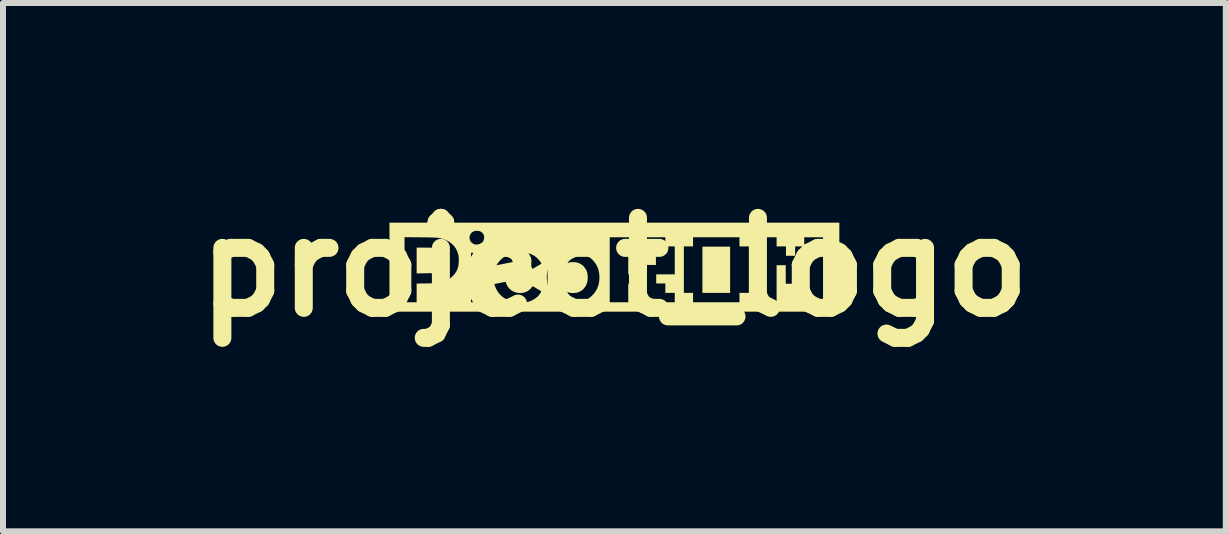
<source format=kicad_pcb>
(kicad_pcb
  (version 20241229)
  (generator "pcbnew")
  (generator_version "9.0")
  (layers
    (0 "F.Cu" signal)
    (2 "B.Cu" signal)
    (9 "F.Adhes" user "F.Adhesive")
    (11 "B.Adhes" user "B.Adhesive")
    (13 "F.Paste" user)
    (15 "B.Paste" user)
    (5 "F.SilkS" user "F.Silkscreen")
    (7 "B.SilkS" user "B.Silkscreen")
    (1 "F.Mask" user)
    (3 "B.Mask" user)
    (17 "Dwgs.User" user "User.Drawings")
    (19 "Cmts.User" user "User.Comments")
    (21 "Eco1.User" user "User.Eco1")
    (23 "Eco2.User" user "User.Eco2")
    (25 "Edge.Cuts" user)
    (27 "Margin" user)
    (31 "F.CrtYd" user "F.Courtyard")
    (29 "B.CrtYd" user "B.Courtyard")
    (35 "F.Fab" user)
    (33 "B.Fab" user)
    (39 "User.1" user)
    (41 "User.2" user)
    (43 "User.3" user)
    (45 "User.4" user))
  (footprint "project_logo"
    (layer "F.Cu")
    (at 7.193 1.404)
    (property "Reference" "project_logo" (at 0 0 0) (layer "F.SilkS") (effects (font (size 1.5 1.5) (thickness 0.3))))
    (attr board_only exclude_from_pos_files exclude_from_bom)
    (fp_poly (pts (xy 1.929 0.043) (xy 1.929 0.429) (xy 1.698 0.429) (xy 1.467 0.429) (xy 1.467 0.043) (xy 1.467 -0.342) (xy 1.698 -0.342) (xy 1.929 -0.342)) (stroke (width 0) (type solid)) (fill yes) (layer "F.SilkS"))
    (fp_poly (pts (xy 0.692 -0.19) (xy 0.692 -0.037) (xy 0.616 -0.037) (xy 0.54 -0.037) (xy 0.54 0.041) (xy 0.54 0.12) (xy 0.385 0.12) (xy 0.231 0.12) (xy 0.231 -0.111) (xy 0.231 -0.342) (xy 0.462 -0.342) (xy 0.692 -0.342)) (stroke (width 0) (type solid)) (fill yes) (layer "F.SilkS"))
    (fp_poly (pts (xy -3.112 -0.325) (xy -3.075 -0.325) (xy -3.044 -0.324) (xy -3.018 -0.323) (xy -2.997 -0.321) (xy -2.978 -0.319) (xy -2.962 -0.316) (xy -2.947 -0.312) (xy -2.933 -0.308) (xy -2.928 -0.306) (xy -2.89 -0.289) (xy -2.858 -0.266) (xy -2.833 -0.239) (xy -2.814 -0.207) (xy -2.802 -0.17) (xy -2.796 -0.128) (xy -2.796 -0.085) (xy -2.804 -0.045) (xy -2.818 -0.009) (xy -2.839 0.022) (xy -2.866 0.049) (xy -2.899 0.07) (xy -2.902 0.072) (xy -2.917 0.079) (xy -2.93 0.084) (xy -2.943 0.089) (xy -2.956 0.092) (xy -2.971 0.095) (xy -2.989 0.097) (xy -3.01 0.099) (xy -3.035 0.1) (xy -3.066 0.101) (xy -3.103 0.101) (xy -3.142 0.102) (xy -3.297 0.104) (xy -3.297 -0.111) (xy -3.297 -0.326) (xy -3.157 -0.326)) (stroke (width 0) (type solid)) (fill yes) (layer "F.SilkS"))
    (fp_poly (pts (xy -0.66 -0.083) (xy -0.633 -0.08) (xy -0.607 -0.073) (xy -0.581 -0.062) (xy -0.573 -0.058) (xy -0.539 -0.038) (xy -0.51 -0.011) (xy -0.485 0.022) (xy -0.465 0.058) (xy -0.452 0.097) (xy -0.451 0.102) (xy -0.447 0.131) (xy -0.445 0.165) (xy -0.446 0.199) (xy -0.45 0.231) (xy -0.453 0.249) (xy -0.468 0.292) (xy -0.489 0.33) (xy -0.516 0.363) (xy -0.548 0.391) (xy -0.585 0.411) (xy -0.614 0.422) (xy -0.633 0.426) (xy -0.658 0.429) (xy -0.684 0.431) (xy -0.71 0.431) (xy -0.732 0.429) (xy -0.737 0.428) (xy -0.778 0.417) (xy -0.816 0.398) (xy -0.849 0.373) (xy -0.878 0.342) (xy -0.902 0.306) (xy -0.919 0.265) (xy -0.926 0.243) (xy -0.93 0.219) (xy -0.932 0.189) (xy -0.931 0.157) (xy -0.928 0.125) (xy -0.924 0.096) (xy -0.918 0.075) (xy -0.899 0.034) (xy -0.875 -0.002) (xy -0.844 -0.032) (xy -0.808 -0.056) (xy -0.768 -0.073) (xy -0.75 -0.078) (xy -0.734 -0.082) (xy -0.716 -0.083) (xy -0.693 -0.084) (xy -0.692 -0.084)) (stroke (width 0) (type solid)) (fill yes) (layer "F.SilkS"))
    (fp_poly (pts (xy 3.75 -0.000001) (xy 3.75 0.742) (xy 0 0.742) (xy -3.75 0.742) (xy -3.75 0.043) (xy -3.499 0.043) (xy -3.499 0.585) (xy -3.398 0.585) (xy -3.297 0.585) (xy -3.297 0.429) (xy -3.297 0.273) (xy -3.125 0.271) (xy -3.082 0.27) (xy -3.047 0.27) (xy -3.017 0.269) (xy -2.994 0.269) (xy -2.975 0.268) (xy -2.959 0.267) (xy -2.946 0.266) (xy -2.935 0.264) (xy -2.924 0.263) (xy -2.914 0.26) (xy -2.912 0.26) (xy -2.853 0.244) (xy -2.8 0.223) (xy -2.753 0.196) (xy -2.724 0.173) (xy -2.39 0.173) (xy -2.39 0.585) (xy -2.294 0.585) (xy -2.197 0.585) (xy -2.197 0.199) (xy -2.013 0.199) (xy -2.007 0.256) (xy -1.997 0.299) (xy -1.977 0.351) (xy -1.951 0.4) (xy -1.918 0.444) (xy -1.88 0.483) (xy -1.836 0.517) (xy -1.788 0.546) (xy -1.735 0.568) (xy -1.679 0.584) (xy -1.624 0.593) (xy -1.601 0.595) (xy -1.584 0.596) (xy -1.57 0.597) (xy -1.555 0.596) (xy -1.538 0.595) (xy -1.52 0.593) (xy -1.466 0.585) (xy -1.415 0.571) (xy -1.367 0.551) (xy -1.324 0.525) (xy -1.286 0.496) (xy -1.261 0.47) (xy -1.248 0.452) (xy -1.236 0.436) (xy -1.227 0.421) (xy -1.222 0.41) (xy -1.221 0.404) (xy -1.224 0.4) (xy -1.234 0.394) (xy -1.249 0.384) (xy -1.268 0.373) (xy -1.289 0.36) (xy -1.292 0.358) (xy -1.362 0.317) (xy -1.374 0.333) (xy -1.406 0.367) (xy -1.441 0.395) (xy -1.48 0.415) (xy -1.521 0.427) (xy -1.565 0.432) (xy -1.587 0.431) (xy -1.633 0.424) (xy -1.676 0.41) (xy -1.713 0.39) (xy -1.746 0.363) (xy -1.774 0.33) (xy -1.796 0.291) (xy -1.806 0.268) (xy -1.809 0.257) (xy -1.812 0.246) (xy -1.814 0.234) (xy -1.815 0.219) (xy -1.815 0.199) (xy -1.815 0.175) (xy -1.815 0.149) (xy -1.815 0.144) (xy -1.128 0.144) (xy -1.127 0.202) (xy -1.12 0.258) (xy -1.105 0.313) (xy -1.086 0.361) (xy -1.058 0.41) (xy -1.023 0.454) (xy -0.983 0.493) (xy -0.939 0.526) (xy -0.889 0.553) (xy -0.836 0.574) (xy -0.78 0.588) (xy -0.722 0.595) (xy -0.661 0.595) (xy -0.639 0.593) (xy -0.577 0.583) (xy -0.52 0.566) (xy -0.467 0.543) (xy -0.418 0.513) (xy -0.375 0.477) (xy -0.337 0.436) (xy -0.305 0.389) (xy -0.289 0.358) (xy -0.269 0.308) (xy -0.256 0.255) (xy -0.25 0.199) (xy -0.25 0.142) (xy -0.257 0.086) (xy -0.267 0.043) (xy -0.078 0.043) (xy -0.078 0.585) (xy 0.076 0.585) (xy 0.231 0.585) (xy 0.231 0.431) (xy 0.231 0.276) (xy 0.307 0.276) (xy 0.383 0.276) (xy 0.383 0.352) (xy 0.383 0.429) (xy 0.462 0.429) (xy 0.54 0.429) (xy 0.54 0.507) (xy 0.54 0.585) (xy 0.773 0.585) (xy 1.006 0.585) (xy 1.006 0.507) (xy 1.006 0.429) (xy 0.927 0.429) (xy 0.849 0.429) (xy 0.849 0.35) (xy 0.849 0.272) (xy 0.773 0.272) (xy 0.697 0.272) (xy 0.697 0.196) (xy 0.697 0.12) (xy 0.851 0.12) (xy 1.006 0.12) (xy 1.006 -0.113) (xy 1.006 -0.346) (xy 1.158 -0.346) (xy 1.158 0.041) (xy 1.158 0.429) (xy 1.234 0.429) (xy 1.311 0.429) (xy 1.311 0.507) (xy 1.311 0.585) (xy 1.698 0.585) (xy 2.085 0.585) (xy 2.085 0.507) (xy 2.085 0.429) (xy 2.164 0.429) (xy 2.242 0.429) (xy 2.242 0.043) (xy 2.395 0.043) (xy 2.395 0.585) (xy 2.549 0.585) (xy 2.704 0.585) (xy 2.704 0.276) (xy 2.704 -0.033) (xy 2.78 -0.033) (xy 2.856 -0.033) (xy 2.856 0.122) (xy 2.856 0.276) (xy 2.934 0.276) (xy 3.013 0.276) (xy 3.013 0.122) (xy 3.013 -0.033) (xy 3.089 -0.033) (xy 3.165 -0.033) (xy 3.165 0.276) (xy 3.165 0.585) (xy 3.322 0.585) (xy 3.478 0.585) (xy 3.478 0.043) (xy 3.478 -0.499) (xy 3.322 -0.499) (xy 3.165 -0.499) (xy 3.165 -0.422) (xy 3.165 -0.346) (xy 3.089 -0.346) (xy 3.013 -0.346) (xy 3.013 -0.268) (xy 3.013 -0.19) (xy 2.936 -0.19) (xy 2.86 -0.19) (xy 2.86 -0.268) (xy 2.86 -0.346) (xy 2.782 -0.346) (xy 2.704 -0.346) (xy 2.704 -0.422) (xy 2.704 -0.499) (xy 2.549 -0.499) (xy 2.395 -0.499) (xy 2.395 0.043) (xy 2.242 0.043) (xy 2.242 0.041) (xy 2.242 -0.346) (xy 2.164 -0.346) (xy 2.085 -0.346) (xy 2.085 -0.422) (xy 2.085 -0.499) (xy 1.698 -0.499) (xy 1.311 -0.499) (xy 1.311 -0.422) (xy 1.311 -0.346) (xy 1.234 -0.346) (xy 1.158 -0.346) (xy 1.006 -0.346) (xy 0.927 -0.346) (xy 0.849 -0.346) (xy 0.849 -0.422) (xy 0.849 -0.499) (xy 0.385 -0.499) (xy -0.078 -0.499) (xy -0.078 0.043) (xy -0.267 0.043) (xy -0.27 0.031) (xy -0.282 0.000394) (xy -0.301 -0.039) (xy -0.327 -0.078) (xy -0.358 -0.115) (xy -0.391 -0.147) (xy -0.424 -0.173) (xy -0.475 -0.203) (xy -0.531 -0.225) (xy -0.589 -0.241) (xy -0.65 -0.249) (xy -0.712 -0.25) (xy -0.737 -0.248) (xy -0.779 -0.243) (xy -0.816 -0.235) (xy -0.85 -0.224) (xy -0.885 -0.21) (xy -0.896 -0.204) (xy -0.946 -0.176) (xy -0.991 -0.141) (xy -1.031 -0.101) (xy -1.064 -0.057) (xy -1.086 -0.019) (xy -1.107 0.033) (xy -1.121 0.088) (xy -1.128 0.144) (xy -1.815 0.144) (xy -1.815 0.13) (xy -1.814 0.115) (xy -1.812 0.102) (xy -1.809 0.09) (xy -1.806 0.079) (xy -1.788 0.039) (xy -1.764 0.003) (xy -1.734 -0.027) (xy -1.699 -0.052) (xy -1.66 -0.071) (xy -1.64 -0.077) (xy -1.614 -0.082) (xy -1.584 -0.084) (xy -1.552 -0.084) (xy -1.523 -0.081) (xy -1.498 -0.075) (xy -1.496 -0.075) (xy -1.454 -0.056) (xy -1.416 -0.03) (xy -1.383 0.002) (xy -1.372 0.015) (xy -1.362 0.029) (xy -1.339 0.015) (xy -1.327 0.007) (xy -1.31 -0.003) (xy -1.29 -0.015) (xy -1.269 -0.027) (xy -1.267 -0.028) (xy -1.216 -0.058) (xy -1.229 -0.082) (xy -1.242 -0.1) (xy -1.26 -0.122) (xy -1.281 -0.144) (xy -1.304 -0.165) (xy -1.327 -0.183) (xy -1.347 -0.196) (xy -1.348 -0.197) (xy -1.397 -0.22) (xy -1.45 -0.236) (xy -1.507 -0.247) (xy -1.565 -0.251) (xy -1.623 -0.248) (xy -1.681 -0.239) (xy -1.737 -0.223) (xy -1.759 -0.215) (xy -1.809 -0.19) (xy -1.856 -0.158) (xy -1.898 -0.122) (xy -1.934 -0.08) (xy -1.964 -0.035) (xy -1.972 -0.019) (xy -1.992 0.032) (xy -2.006 0.086) (xy -2.013 0.142) (xy -2.013 0.199) (xy -2.197 0.199) (xy -2.197 0.173) (xy -2.197 -0.239) (xy -2.294 -0.239) (xy -2.39 -0.239) (xy -2.39 0.173) (xy -2.724 0.173) (xy -2.711 0.164) (xy -2.697 0.15) (xy -2.664 0.115) (xy -2.639 0.077) (xy -2.619 0.037) (xy -2.605 -0.009) (xy -2.602 -0.019) (xy -2.598 -0.045) (xy -2.595 -0.075) (xy -2.594 -0.109) (xy -2.595 -0.143) (xy -2.597 -0.175) (xy -2.601 -0.203) (xy -2.604 -0.216) (xy -2.622 -0.268) (xy -2.646 -0.315) (xy -2.677 -0.357) (xy -2.714 -0.393) (xy -2.758 -0.425) (xy -2.807 -0.451) (xy -2.856 -0.469) (xy -2.872 -0.474) (xy -2.887 -0.478) (xy -2.902 -0.482) (xy -2.917 -0.485) (xy -2.933 -0.488) (xy -2.941 -0.489) (xy -2.416 -0.489) (xy -2.412 -0.461) (xy -2.405 -0.443) (xy -2.39 -0.419) (xy -2.368 -0.399) (xy -2.341 -0.384) (xy -2.326 -0.379) (xy -2.305 -0.377) (xy -2.281 -0.378) (xy -2.256 -0.382) (xy -2.238 -0.388) (xy -2.213 -0.403) (xy -2.193 -0.424) (xy -2.18 -0.449) (xy -2.173 -0.479) (xy -2.172 -0.494) (xy -2.174 -0.52) (xy -2.179 -0.541) (xy -2.19 -0.559) (xy -2.2 -0.57) (xy -2.22 -0.587) (xy -2.241 -0.598) (xy -2.265 -0.604) (xy -2.295 -0.606) (xy -2.295 -0.606) (xy -2.328 -0.603) (xy -2.356 -0.592) (xy -2.38 -0.575) (xy -2.399 -0.553) (xy -2.404 -0.543) (xy -2.413 -0.517) (xy -2.416 -0.489) (xy -2.941 -0.489) (xy -2.952 -0.49) (xy -2.973 -0.492) (xy -2.997 -0.493) (xy -3.025 -0.494) (xy -3.058 -0.495) (xy -3.097 -0.496) (xy -3.141 -0.497) (xy -3.193 -0.497) (xy -3.24 -0.498) (xy -3.499 -0.5) (xy -3.499 0.043) (xy -3.75 0.043) (xy -3.75 -0.000001) (xy -3.75 -0.742) (xy 0 -0.742) (xy 3.75 -0.742)) (stroke (width 0) (type solid)) (fill yes) (layer "F.SilkS")))
  (gr_rect
    (start -3 -3)
    (end 17.386 5.808)
    (stroke (width 0.1) (type default))
    (fill no)
    (layer "Edge.Cuts")))
</source>
